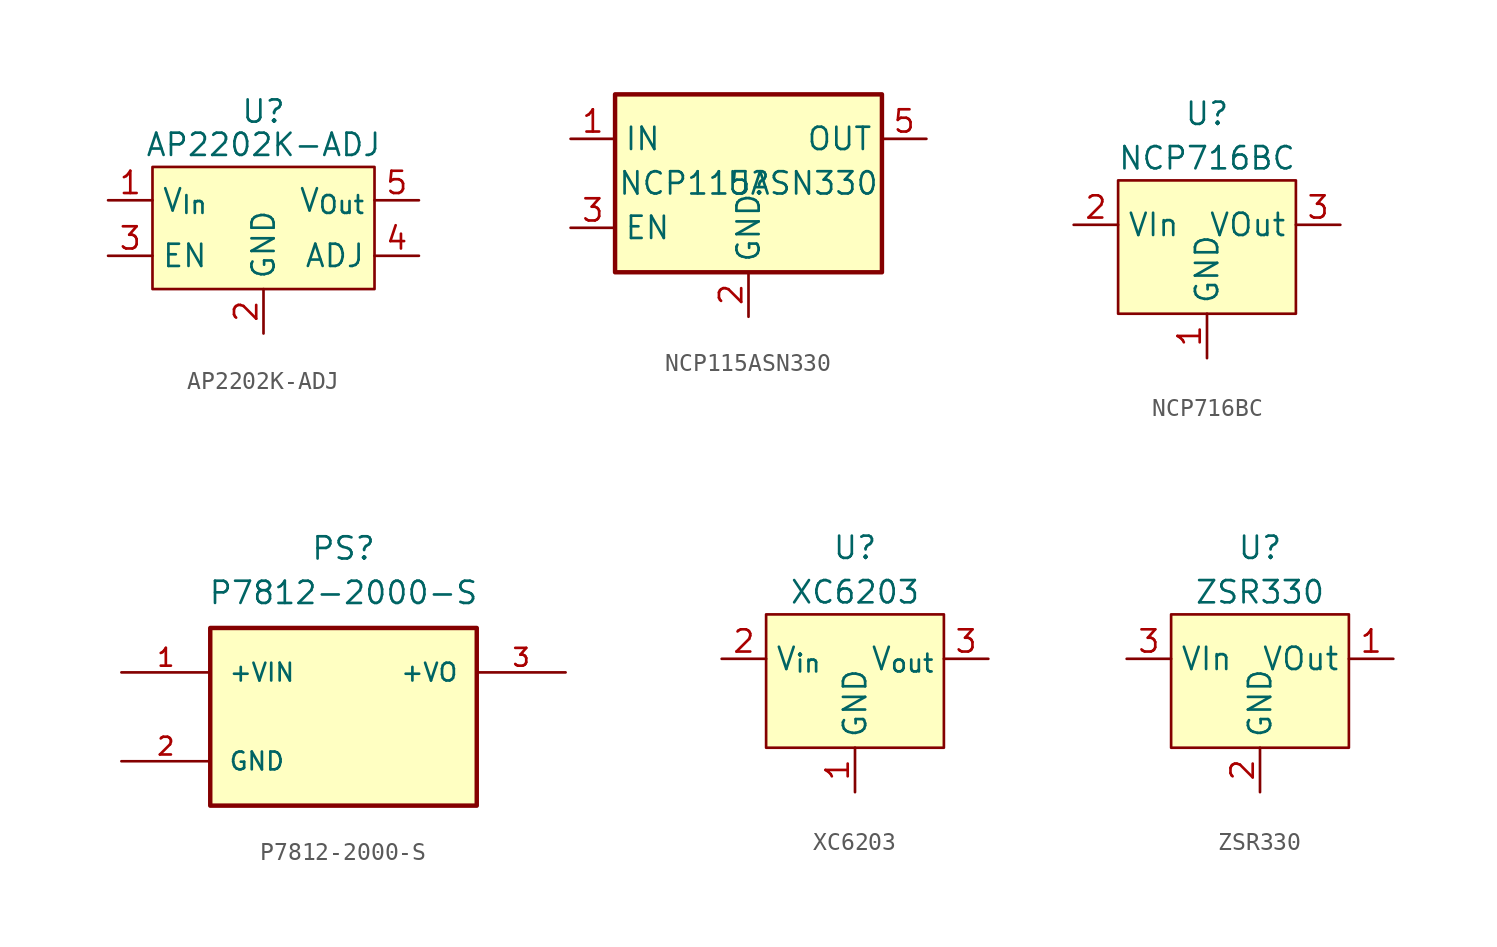
<source format=kicad_sym>
(kicad_symbol_lib
  (version 20220914)
  (generator kicad_symbol_editor)
  (symbol "AP2202K-ADJ"
    (property "Reference" "U"
      (at 0 3.175 0)
      (effects (font (size 1.27 1.27))))
    (property "Value" "AP2202K-ADJ"
      (at 0 1.27 0)
      (effects (font (size 1.27 1.27))))
    (symbol "AP2202K-ADJ_0_1"
      (rectangle (start -6.35 0) (end 6.35 -6.985) (stroke (width 0) (type default)) (fill (type background))))
    (symbol "AP2202K-ADJ_1_1"
      (pin power_in line (at -8.89 -1.905 0) (length 2.54) (name "V_{In}" (effects (font (size 1.27 1.27)))) (number "1" (effects (font (size 1.27 1.27)))))
      (pin passive line (at 0 -9.525 90) (length 2.54) (name "GND" (effects (font (size 1.27 1.27)))) (number "2" (effects (font (size 1.27 1.27)))))
      (pin input line (at -8.89 -5.08 0) (length 2.54) (name "EN" (effects (font (size 1.27 1.27)))) (number "3" (effects (font (size 1.27 1.27)))))
      (pin passive line (at 8.89 -5.08 180) (length 2.54) (name "ADJ" (effects (font (size 1.27 1.27)))) (number "4" (effects (font (size 1.27 1.27)))))
      (pin power_out line (at 8.89 -1.905 180) (length 2.54) (name "V_{Out}" (effects (font (size 1.27 1.27)))) (number "5" (effects (font (size 1.27 1.27)))))))
  (symbol "NCP115ASN330"
    (property "Reference" "U"
      (at 0 0 0)
      (effects (font (size 1.27 1.27))))
    (property "Value" "NCP115ASN330"
      (at 0 0 0)
      (effects (font (size 1.27 1.27))))
    (symbol "NCP115ASN330_0_1"
      (rectangle (start -7.62 5.08) (end 7.62 -5.08) (stroke (width 0.254) (type default)) (fill (type background))))
    (symbol "NCP115ASN330_1_1"
      (pin power_in line (at -10.16 2.54 0) (length 2.54) (name "IN" (effects (font (size 1.27 1.27)))) (number "1" (effects (font (size 1.27 1.27)))))
      (pin power_in line (at 0 -7.62 90) (length 2.54) (name "GND" (effects (font (size 1.27 1.27)))) (number "2" (effects (font (size 1.27 1.27)))))
      (pin input line (at -10.16 -2.54 0) (length 2.54) (name "EN" (effects (font (size 1.27 1.27)))) (number "3" (effects (font (size 1.27 1.27)))))
      (pin passive line (at 0 -7.62 90) (length 2.54) hide (name "GND" (effects (font (size 1.27 1.27)))) (number "4" (effects (font (size 1.27 1.27)))))
      (pin power_out line (at 10.16 2.54 180) (length 2.54) (name "OUT" (effects (font (size 1.27 1.27)))) (number "5" (effects (font (size 1.27 1.27)))))))
  (symbol "NCP716BC"
    (property "Reference" "U"
      (at 0 3.81 0)
      (effects (font (size 1.27 1.27))))
    (property "Value" "NCP716BC"
      (at 0 1.27 0)
      (effects (font (size 1.27 1.27))))
    (symbol "NCP716BC_0_1"
      (rectangle (start -5.08 0) (end 5.08 -7.62) (stroke (width 0) (type default)) (fill (type background))))
    (symbol "NCP716BC_1_1"
      (pin power_in line (at 0 -10.16 90) (length 2.54) (name "GND" (effects (font (size 1.27 1.27)))) (number "1" (effects (font (size 1.27 1.27)))))
      (pin power_in line (at -7.62 -2.54 0) (length 2.54) (name "VIn" (effects (font (size 1.27 1.27)))) (number "2" (effects (font (size 1.27 1.27)))))
      (pin power_out line (at 7.62 -2.54 180) (length 2.54) (name "VOut" (effects (font (size 1.27 1.27)))) (number "3" (effects (font (size 1.27 1.27)))))
      (pin no_connect line (at 7.62 -5.08 180) (length 2.54) hide (name "NC" (effects (font (size 1.27 1.27)))) (number "4" (effects (font (size 1.27 1.27)))))
      (pin no_connect line (at 7.62 -5.08 180) (length 2.54) hide (name "NC" (effects (font (size 1.27 1.27)))) (number "5" (effects (font (size 1.27 1.27)))))))
  (symbol "P7812-2000-S"
    (pin_names
      (offset 1.016))
    (property "Reference" "PS"
      (at 0 8.89 0)
      (effects (font (size 1.27 1.27)) (justify bottom)))
    (property "Value" "P7812-2000-S"
      (at 0 6.35 0)
      (effects (font (size 1.27 1.27)) (justify bottom)))
    (symbol "P7812-2000-S_0_0"
      (rectangle (start -7.62 5.08) (end 7.62 -5.08) (stroke (width 0.254) (type solid)) (fill (type background)))
      (pin input line (at -12.7 2.54 0) (length 5.08) (name "+VIN" (effects (font (size 1.016 1.016)))) (number "1" (effects (font (size 1.016 1.016)))))
      (pin power_in line (at -12.7 -2.54 0) (length 5.08) (name "GND" (effects (font (size 1.016 1.016)))) (number "2" (effects (font (size 1.016 1.016)))))
      (pin power_out line (at 12.7 2.54 180) (length 5.08) (name "+VO" (effects (font (size 1.016 1.016)))) (number "3" (effects (font (size 1.016 1.016)))))))
  (symbol "XC6203"
    (property "Reference" "U"
      (at 0 3.81 0)
      (effects (font (size 1.27 1.27))))
    (property "Value" "XC6203"
      (at 0 1.27 0)
      (effects (font (size 1.27 1.27))))
    (symbol "XC6203_0_1"
      (rectangle (start -5.08 0) (end 5.08 -7.62) (stroke (width 0) (type default)) (fill (type background))))
    (symbol "XC6203_1_1"
      (pin power_in line (at 0 -10.16 90) (length 2.54) (name "GND" (effects (font (size 1.27 1.27)))) (number "1" (effects (font (size 1.27 1.27)))))
      (pin power_in line (at -7.62 -2.54 0) (length 2.54) (name "V_{in}" (effects (font (size 1.27 1.27)))) (number "2" (effects (font (size 1.27 1.27)))))
      (pin power_out line (at 7.62 -2.54 180) (length 2.54) (name "V_{out}" (effects (font (size 1.27 1.27)))) (number "3" (effects (font (size 1.27 1.27)))))
      (pin no_connect line (at 7.62 -6.35 180) (length 2.54) hide (name "NC" (effects (font (size 1.27 1.27)))) (number "4" (effects (font (size 1.27 1.27)))))))
  (symbol "ZSR330"
    (property "Reference" "U"
      (at 0 3.81 0)
      (effects (font (size 1.27 1.27))))
    (property "Value" "ZSR330"
      (at 0 1.27 0)
      (effects (font (size 1.27 1.27))))
    (symbol "ZSR330_0_1"
      (rectangle (start -5.08 0) (end 5.08 -7.62) (stroke (width 0) (type default)) (fill (type background))))
    (symbol "ZSR330_1_1"
      (pin power_out line (at 7.62 -2.54 180) (length 2.54) (name "VOut" (effects (font (size 1.27 1.27)))) (number "1" (effects (font (size 1.27 1.27)))))
      (pin power_in line (at 0 -10.16 90) (length 2.54) (name "GND" (effects (font (size 1.27 1.27)))) (number "2" (effects (font (size 1.27 1.27)))))
      (pin power_in line (at -7.62 -2.54 0) (length 2.54) (name "VIn" (effects (font (size 1.27 1.27)))) (number "3" (effects (font (size 1.27 1.27))))))))
</source>
